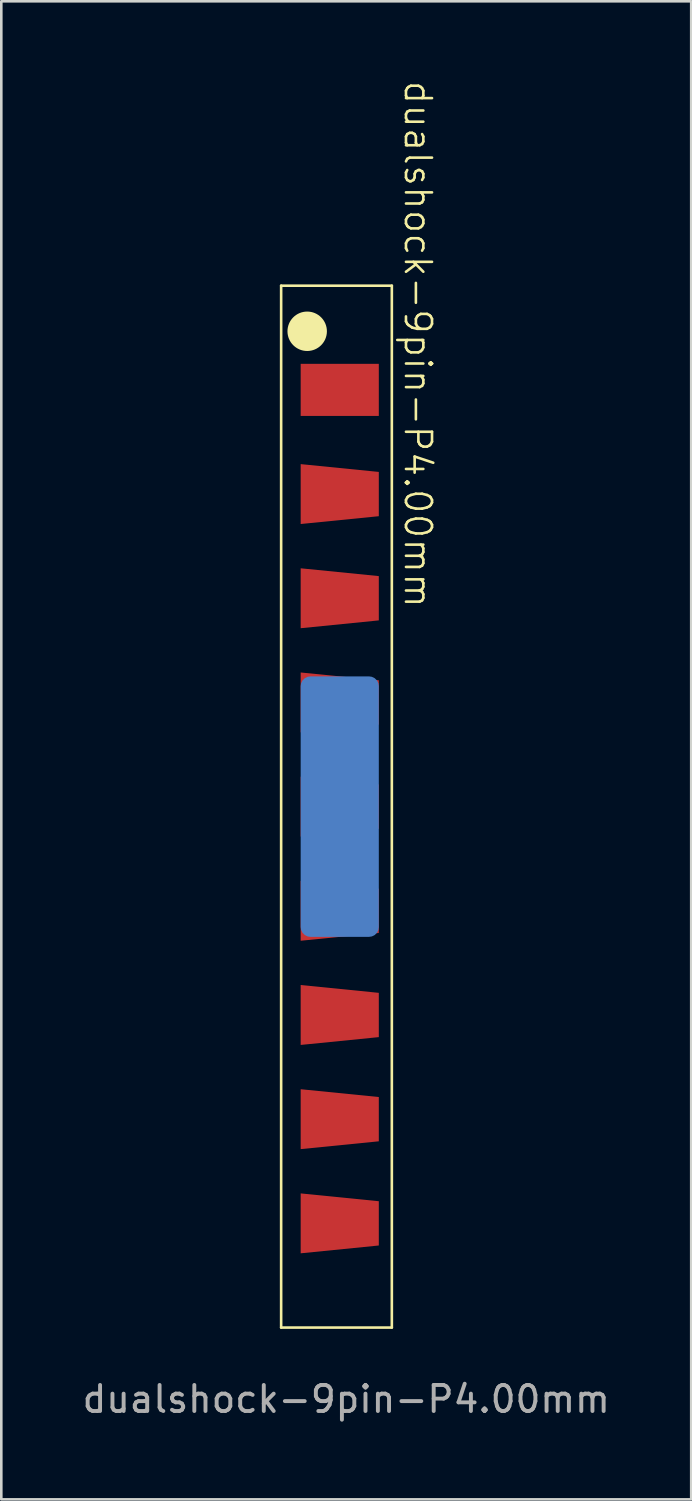
<source format=kicad_pcb>
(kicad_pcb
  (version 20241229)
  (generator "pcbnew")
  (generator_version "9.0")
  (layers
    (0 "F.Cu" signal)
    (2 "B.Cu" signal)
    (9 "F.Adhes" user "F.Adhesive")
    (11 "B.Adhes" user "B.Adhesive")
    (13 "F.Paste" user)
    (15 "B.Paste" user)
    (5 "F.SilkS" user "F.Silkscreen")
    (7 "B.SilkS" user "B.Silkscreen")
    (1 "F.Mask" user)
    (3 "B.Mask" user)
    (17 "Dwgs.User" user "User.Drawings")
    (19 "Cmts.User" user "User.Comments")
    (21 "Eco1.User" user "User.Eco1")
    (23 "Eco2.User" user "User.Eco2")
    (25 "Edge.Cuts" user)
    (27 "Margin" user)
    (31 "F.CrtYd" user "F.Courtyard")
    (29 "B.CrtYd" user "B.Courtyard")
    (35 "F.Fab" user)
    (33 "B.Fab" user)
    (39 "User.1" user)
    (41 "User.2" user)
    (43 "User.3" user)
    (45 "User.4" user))
  (footprint "dualshock-9pin-P4.00mm"
    (layer "F.Cu")
    (at 7.494 11.919)
    (property "Reference" "dualshock-9pin-P4.00mm" (at 5.5 -1.75 270) (unlocked yes) (layer "F.SilkS") (effects (font (size 1 1) (thickness 0.1))))
    (attr smd)
    (fp_line (start 0.25 -4) (end 4.5 -4) (stroke (width 0.1) (type default)) (layer "F.SilkS"))
    (fp_line (start 0.25 36) (end 0.25 -4) (stroke (width 0.1) (type default)) (layer "F.SilkS"))
    (fp_line (start 4.5 -4) (end 4.5 36) (stroke (width 0.1) (type default)) (layer "F.SilkS"))
    (fp_line (start 4.5 36) (end 0.25 36) (stroke (width 0.1) (type default)) (layer "F.SilkS"))
    (fp_circle (center 1.25 -2.25) (end 1.957 -2.25) (stroke (width 0.1) (type solid)) (fill yes) (layer "F.SilkS"))
    (fp_text user "${REFERENCE}" (at 2.75 38.75 0) (unlocked yes) (layer "F.Fab") (effects (font (size 1 1) (thickness 0.15))))
    (pad "1" smd rect (at 2.5 0) (size 3 2) (layers "F.Cu" "F.Mask" "F.Paste"))
    (pad "2" smd trapezoid (at 2.5 4) (size 3 2) (rect_delta 0.3 0) (layers "F.Cu" "F.Mask" "F.Paste"))
    (pad "3" smd trapezoid (at 2.5 8) (size 3 2) (rect_delta 0.3 0) (layers "F.Cu" "F.Mask" "F.Paste"))
    (pad "4" smd trapezoid (at 2.5 12) (size 3 2) (rect_delta 0.3 0) (layers "F.Cu" "F.Mask" "F.Paste"))
    (pad "5" smd trapezoid (at 2.5 16) (size 3 2) (rect_delta 0.3 0) (layers "F.Cu" "F.Mask" "F.Paste"))
    (pad "6" smd trapezoid (at 2.5 20) (size 3 2) (rect_delta 0.3 0) (layers "F.Cu" "F.Mask" "F.Paste"))
    (pad "7" smd trapezoid (at 2.5 24) (size 3 2) (rect_delta 0.3 0) (layers "F.Cu" "F.Mask" "F.Paste"))
    (pad "8" smd trapezoid (at 2.5 28) (size 3 2) (rect_delta 0.3 0) (layers "F.Cu" "F.Mask" "F.Paste"))
    (pad "9" smd trapezoid (at 2.5 32) (size 3 2) (rect_delta 0.3 0) (layers "F.Cu" "F.Mask" "F.Paste"))
    (pad "MP" smd roundrect (at 2.5 16 90) (size 10 3) (layers "B.Cu" "B.Mask" "B.Paste") (roundrect_rratio 0.125)))
  (gr_rect
    (start -3 -3)
    (end 23.488 54.517)
    (stroke (width 0.1) (type default))
    (fill no)
    (layer "Edge.Cuts")))
</source>
